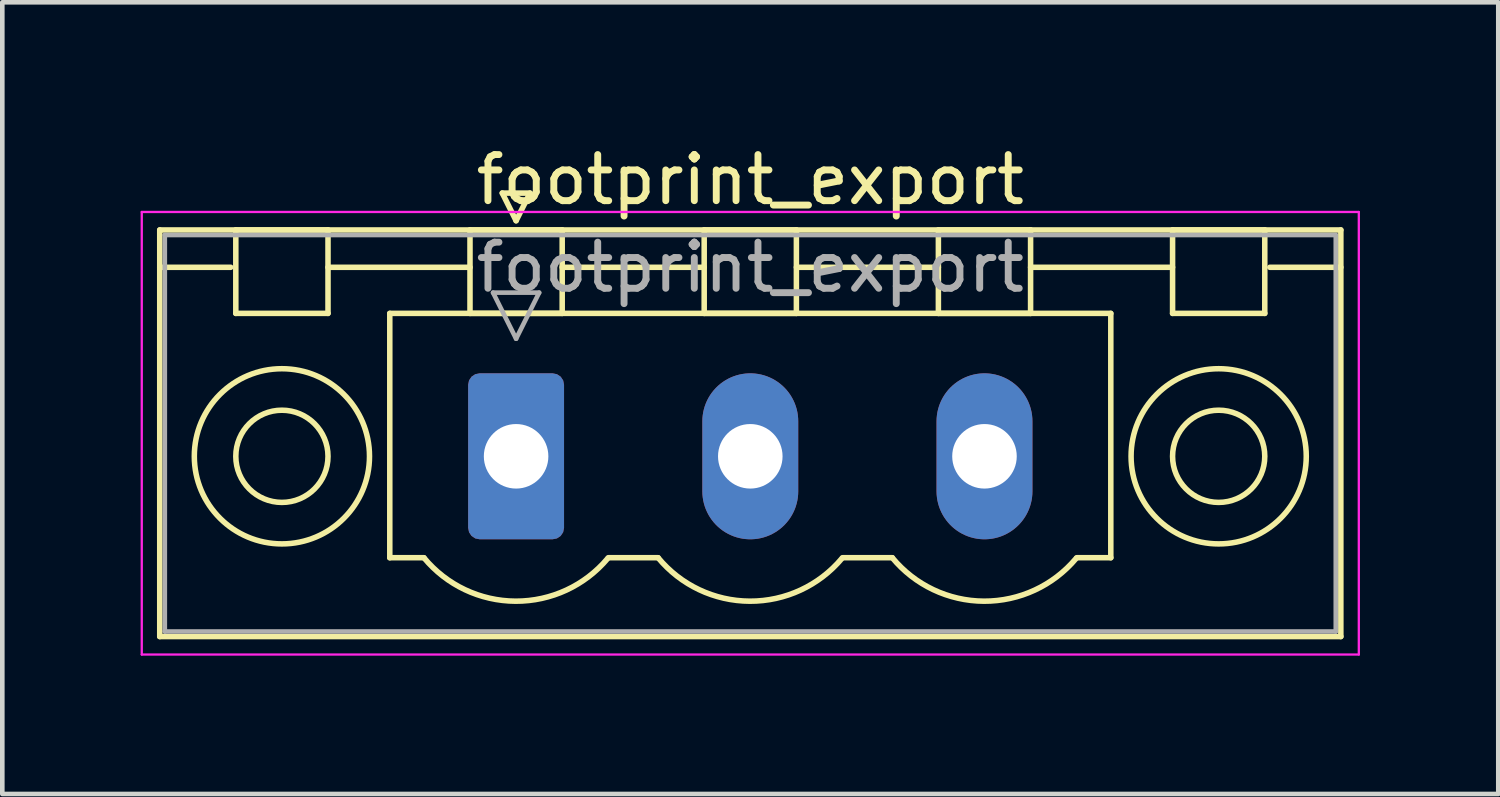
<source format=kicad_pcb>
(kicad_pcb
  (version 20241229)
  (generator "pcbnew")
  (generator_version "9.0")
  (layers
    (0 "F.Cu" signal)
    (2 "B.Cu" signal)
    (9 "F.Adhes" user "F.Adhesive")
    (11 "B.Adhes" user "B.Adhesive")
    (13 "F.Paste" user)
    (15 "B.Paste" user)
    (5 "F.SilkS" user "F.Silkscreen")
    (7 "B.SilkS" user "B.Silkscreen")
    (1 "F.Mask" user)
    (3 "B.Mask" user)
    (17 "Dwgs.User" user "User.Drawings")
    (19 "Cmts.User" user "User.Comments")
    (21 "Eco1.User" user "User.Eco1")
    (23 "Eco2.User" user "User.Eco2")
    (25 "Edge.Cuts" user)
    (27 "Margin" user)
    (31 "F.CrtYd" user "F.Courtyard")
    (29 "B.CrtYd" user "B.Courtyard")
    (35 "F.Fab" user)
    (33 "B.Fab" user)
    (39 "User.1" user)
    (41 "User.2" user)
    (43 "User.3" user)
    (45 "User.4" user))
  (footprint "footprint_export"
    (layer "F.Cu")
    (at 8.145 6.848)
    (property "Reference" "footprint_export" (at 5.08 -6 0) (layer "F.SilkS") (effects (font (size 1 1) (thickness 0.15))))
    (attr through_hole)
    (fp_line (start -7.73 -4.91) (end -7.73 3.91) (stroke (width 0.12) (type solid)) (layer "F.SilkS"))
    (fp_line (start -7.73 -4.1) (end -6.19 -4.1) (stroke (width 0.12) (type solid)) (layer "F.SilkS"))
    (fp_line (start -7.73 3.91) (end 17.89 3.91) (stroke (width 0.12) (type solid)) (layer "F.SilkS"))
    (fp_line (start -6.08 -4.91) (end -4.08 -4.91) (stroke (width 0.12) (type solid)) (layer "F.SilkS"))
    (fp_line (start -6.08 -3.1) (end -6.08 -4.91) (stroke (width 0.12) (type solid)) (layer "F.SilkS"))
    (fp_line (start -4.08 -4.91) (end -4.08 -3.1) (stroke (width 0.12) (type solid)) (layer "F.SilkS"))
    (fp_line (start -4.08 -4.1) (end -1 -4.1) (stroke (width 0.12) (type solid)) (layer "F.SilkS"))
    (fp_line (start -4.08 -3.1) (end -6.08 -3.1) (stroke (width 0.12) (type solid)) (layer "F.SilkS"))
    (fp_line (start -2.74 -3.1) (end 12.9 -3.1) (stroke (width 0.12) (type solid)) (layer "F.SilkS"))
    (fp_line (start -2.74 2.2) (end -2.74 -3.1) (stroke (width 0.12) (type solid)) (layer "F.SilkS"))
    (fp_line (start -2 2.2) (end -2.74 2.2) (stroke (width 0.12) (type solid)) (layer "F.SilkS"))
    (fp_line (start -1 -4.91) (end 1 -4.91) (stroke (width 0.12) (type solid)) (layer "F.SilkS"))
    (fp_line (start -1 -3.1) (end -1 -4.91) (stroke (width 0.12) (type solid)) (layer "F.SilkS"))
    (fp_line (start -0.3 -5.71) (end 0.3 -5.71) (stroke (width 0.12) (type solid)) (layer "F.SilkS"))
    (fp_line (start 0 -5.11) (end -0.3 -5.71) (stroke (width 0.12) (type solid)) (layer "F.SilkS"))
    (fp_line (start 0.3 -5.71) (end 0 -5.11) (stroke (width 0.12) (type solid)) (layer "F.SilkS"))
    (fp_line (start 1 -4.91) (end 1 -3.1) (stroke (width 0.12) (type solid)) (layer "F.SilkS"))
    (fp_line (start 1 -4.1) (end 4.08 -4.1) (stroke (width 0.12) (type solid)) (layer "F.SilkS"))
    (fp_line (start 1 -3.1) (end -1 -3.1) (stroke (width 0.12) (type solid)) (layer "F.SilkS"))
    (fp_line (start 2 2.2) (end 3.08 2.2) (stroke (width 0.12) (type solid)) (layer "F.SilkS"))
    (fp_line (start 4.08 -4.91) (end 6.08 -4.91) (stroke (width 0.12) (type solid)) (layer "F.SilkS"))
    (fp_line (start 4.08 -3.1) (end 4.08 -4.91) (stroke (width 0.12) (type solid)) (layer "F.SilkS"))
    (fp_line (start 6.08 -4.91) (end 6.08 -3.1) (stroke (width 0.12) (type solid)) (layer "F.SilkS"))
    (fp_line (start 6.08 -4.1) (end 9.16 -4.1) (stroke (width 0.12) (type solid)) (layer "F.SilkS"))
    (fp_line (start 6.08 -3.1) (end 4.08 -3.1) (stroke (width 0.12) (type solid)) (layer "F.SilkS"))
    (fp_line (start 7.08 2.2) (end 8.16 2.2) (stroke (width 0.12) (type solid)) (layer "F.SilkS"))
    (fp_line (start 9.16 -4.91) (end 11.16 -4.91) (stroke (width 0.12) (type solid)) (layer "F.SilkS"))
    (fp_line (start 9.16 -3.1) (end 9.16 -4.91) (stroke (width 0.12) (type solid)) (layer "F.SilkS"))
    (fp_line (start 11.16 -4.91) (end 11.16 -3.1) (stroke (width 0.12) (type solid)) (layer "F.SilkS"))
    (fp_line (start 11.16 -4.1) (end 14.24 -4.1) (stroke (width 0.12) (type solid)) (layer "F.SilkS"))
    (fp_line (start 11.16 -3.1) (end 9.16 -3.1) (stroke (width 0.12) (type solid)) (layer "F.SilkS"))
    (fp_line (start 12.9 -3.1) (end 12.9 2.2) (stroke (width 0.12) (type solid)) (layer "F.SilkS"))
    (fp_line (start 12.9 2.2) (end 12.16 2.2) (stroke (width 0.12) (type solid)) (layer "F.SilkS"))
    (fp_line (start 14.24 -4.91) (end 16.24 -4.91) (stroke (width 0.12) (type solid)) (layer "F.SilkS"))
    (fp_line (start 14.24 -3.1) (end 14.24 -4.91) (stroke (width 0.12) (type solid)) (layer "F.SilkS"))
    (fp_line (start 16.24 -4.91) (end 16.24 -3.1) (stroke (width 0.12) (type solid)) (layer "F.SilkS"))
    (fp_line (start 16.24 -3.1) (end 14.24 -3.1) (stroke (width 0.12) (type solid)) (layer "F.SilkS"))
    (fp_line (start 17.89 -4.91) (end -7.73 -4.91) (stroke (width 0.12) (type solid)) (layer "F.SilkS"))
    (fp_line (start 17.89 -4.1) (end 16.35 -4.1) (stroke (width 0.12) (type solid)) (layer "F.SilkS"))
    (fp_line (start 17.89 3.91) (end 17.89 -4.91) (stroke (width 0.12) (type solid)) (layer "F.SilkS"))
    (fp_arc (start 1.986842 2.215821) (mid -0.010289 3.142758) (end -2 2.2) (stroke (width 0.12) (type solid)) (layer "F.SilkS"))
    (fp_arc (start 7.066842 2.215821) (mid 5.069711 3.142758) (end 3.08 2.2) (stroke (width 0.12) (type solid)) (layer "F.SilkS"))
    (fp_arc (start 12.146842 2.215821) (mid 10.149711 3.142758) (end 8.16 2.2) (stroke (width 0.12) (type solid)) (layer "F.SilkS"))
    (fp_circle (center -5.08 0) (end -4.08 0) (stroke (width 0.12) (type solid)) (fill no) (layer "F.SilkS"))
    (fp_circle (center -5.08 0) (end -3.18 0) (stroke (width 0.12) (type solid)) (fill no) (layer "F.SilkS"))
    (fp_circle (center 15.24 0) (end 16.24 0) (stroke (width 0.12) (type solid)) (fill no) (layer "F.SilkS"))
    (fp_circle (center 15.24 0) (end 17.14 0) (stroke (width 0.12) (type solid)) (fill no) (layer "F.SilkS"))
    (fp_line (start -8.12 -5.3) (end -8.12 4.3) (stroke (width 0.05) (type solid)) (layer "F.CrtYd"))
    (fp_line (start -8.12 4.3) (end 18.28 4.3) (stroke (width 0.05) (type solid)) (layer "F.CrtYd"))
    (fp_line (start 18.28 -5.3) (end -8.12 -5.3) (stroke (width 0.05) (type solid)) (layer "F.CrtYd"))
    (fp_line (start 18.28 4.3) (end 18.28 -5.3) (stroke (width 0.05) (type solid)) (layer "F.CrtYd"))
    (fp_line (start -7.62 -4.8) (end -7.62 3.8) (stroke (width 0.1) (type solid)) (layer "F.Fab"))
    (fp_line (start -7.62 3.8) (end 17.78 3.8) (stroke (width 0.1) (type solid)) (layer "F.Fab"))
    (fp_line (start -0.5 -3.55) (end 0.5 -3.55) (stroke (width 0.1) (type solid)) (layer "F.Fab"))
    (fp_line (start 0 -2.55) (end -0.5 -3.55) (stroke (width 0.1) (type solid)) (layer "F.Fab"))
    (fp_line (start 0.5 -3.55) (end 0 -2.55) (stroke (width 0.1) (type solid)) (layer "F.Fab"))
    (fp_line (start 17.78 -4.8) (end -7.62 -4.8) (stroke (width 0.1) (type solid)) (layer "F.Fab"))
    (fp_line (start 17.78 3.8) (end 17.78 -4.8) (stroke (width 0.1) (type solid)) (layer "F.Fab"))
    (fp_text user "${REFERENCE}" (at 5.08 -4.1 0) (layer "F.Fab") (effects (font (size 1 1) (thickness 0.15))))
    (pad "1" thru_hole roundrect (at 0 0) (size 2.08 3.6) (drill 1.4) (layers "*.Cu" "*.Mask") (roundrect_rratio 0.12))
    (pad "2" thru_hole oval (at 5.08 0) (size 2.08 3.6) (drill 1.4) (layers "*.Cu" "*.Mask"))
    (pad "3" thru_hole oval (at 10.16 0) (size 2.08 3.6) (drill 1.4) (layers "*.Cu" "*.Mask")))
  (gr_rect
    (start -3 -3)
    (end 29.45 14.173)
    (stroke (width 0.1) (type default))
    (fill no)
    (layer "Edge.Cuts")))
</source>
